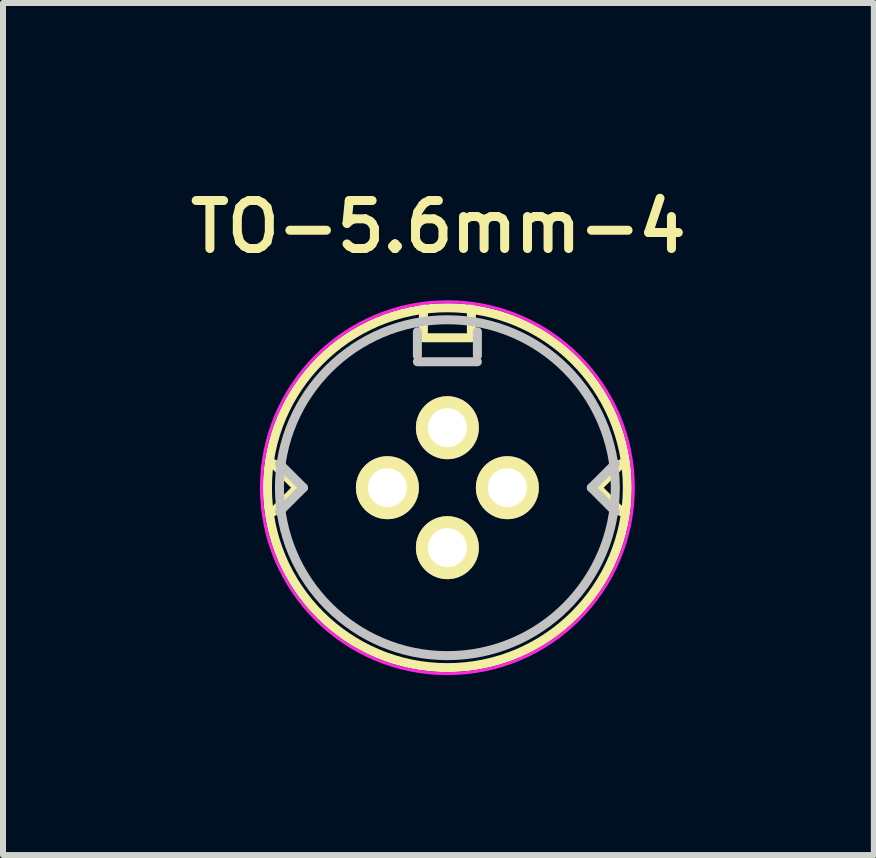
<source format=kicad_pcb>
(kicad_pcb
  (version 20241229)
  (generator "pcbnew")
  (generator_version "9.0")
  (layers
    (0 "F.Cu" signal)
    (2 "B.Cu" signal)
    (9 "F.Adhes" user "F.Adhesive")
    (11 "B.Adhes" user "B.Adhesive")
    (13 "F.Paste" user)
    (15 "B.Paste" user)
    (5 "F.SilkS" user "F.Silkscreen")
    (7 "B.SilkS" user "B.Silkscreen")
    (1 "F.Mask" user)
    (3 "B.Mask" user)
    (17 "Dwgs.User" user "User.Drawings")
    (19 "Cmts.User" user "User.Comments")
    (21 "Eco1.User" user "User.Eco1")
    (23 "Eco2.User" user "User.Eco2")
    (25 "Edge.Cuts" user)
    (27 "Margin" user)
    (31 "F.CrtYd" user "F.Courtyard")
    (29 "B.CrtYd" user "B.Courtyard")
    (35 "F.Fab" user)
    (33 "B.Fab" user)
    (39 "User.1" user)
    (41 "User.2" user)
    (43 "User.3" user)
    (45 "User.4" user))
  (footprint "TO-5.6mm-4"
    (layer "F.Cu")
    (at 4.409 5.081)
    (property "Reference" "TO-5.6mm-4" (at -0.15 -4.35 180) (layer "F.SilkS") (effects (font (size 0.8 0.8) (thickness 0.15))))
    (attr through_hole)
    (fp_line (start -2.9 -0.4) (end -2.5 0) (stroke (width 0.15) (type solid)) (layer "F.SilkS"))
    (fp_line (start -2.5 0) (end -2.9 0.4) (stroke (width 0.15) (type solid)) (layer "F.SilkS"))
    (fp_line (start -0.4 -2.6) (end -0.4 -3) (stroke (width 0.15) (type solid)) (layer "F.SilkS"))
    (fp_line (start -0.4 -2.5) (end 0.4 -2.5) (stroke (width 0.15) (type solid)) (layer "F.SilkS"))
    (fp_line (start 0.4 -3) (end 0.4 -2.6) (stroke (width 0.15) (type solid)) (layer "F.SilkS"))
    (fp_line (start 2.5 0) (end 2.9 0.4) (stroke (width 0.15) (type solid)) (layer "F.SilkS"))
    (fp_line (start 2.9 -0.4) (end 2.5 0) (stroke (width 0.15) (type solid)) (layer "F.SilkS"))
    (fp_circle (center 0 0) (end 3 0) (stroke (width 0.15) (type solid)) (fill no) (layer "F.SilkS"))
    (fp_line (start -2.4 0) (end -2.8 -0.4) (stroke (width 0.15) (type solid)) (layer "Dwgs.User"))
    (fp_line (start -2.4 0) (end -2.8 0.4) (stroke (width 0.15) (type solid)) (layer "Dwgs.User"))
    (fp_line (start -0.5 -2.6) (end -0.5 -2.2) (stroke (width 0.15) (type solid)) (layer "Dwgs.User"))
    (fp_line (start 0.5 -2.2) (end 0.5 -2.6) (stroke (width 0.15) (type solid)) (layer "Dwgs.User"))
    (fp_line (start 0.5 -2.1) (end -0.5 -2.1) (stroke (width 0.15) (type solid)) (layer "Dwgs.User"))
    (fp_line (start 2.4 0) (end 2.8 -0.4) (stroke (width 0.15) (type solid)) (layer "Dwgs.User"))
    (fp_line (start 2.4 0) (end 2.8 0.4) (stroke (width 0.15) (type solid)) (layer "Dwgs.User"))
    (fp_circle (center 0 0) (end -2.8 0) (stroke (width 0.15) (type solid)) (fill no) (layer "Dwgs.User"))
    (fp_circle (center 0 0) (end 3.1 0) (stroke (width 0.05) (type solid)) (fill no) (layer "F.CrtYd"))
    (pad "1" thru_hole circle (at 1 0) (size 1.05 1.05) (drill 0.65) (layers "*.Cu" "*.Mask" "F.SilkS"))
    (pad "2" thru_hole circle (at -1 0) (size 1.05 1.05) (drill 0.65) (layers "*.Cu" "*.Mask" "F.SilkS"))
    (pad "3" thru_hole circle (at 0 1) (size 1.05 1.05) (drill 0.65) (layers "*.Cu" "*.Mask" "F.SilkS"))
    (pad "4" thru_hole circle (at 0 -1) (size 1.05 1.05) (drill 0.65) (layers "*.Cu" "*.Mask" "F.SilkS")))
  (gr_rect
    (start -3 -3)
    (end 11.519 11.206)
    (stroke (width 0.1) (type default))
    (fill no)
    (layer "Edge.Cuts")))
</source>
